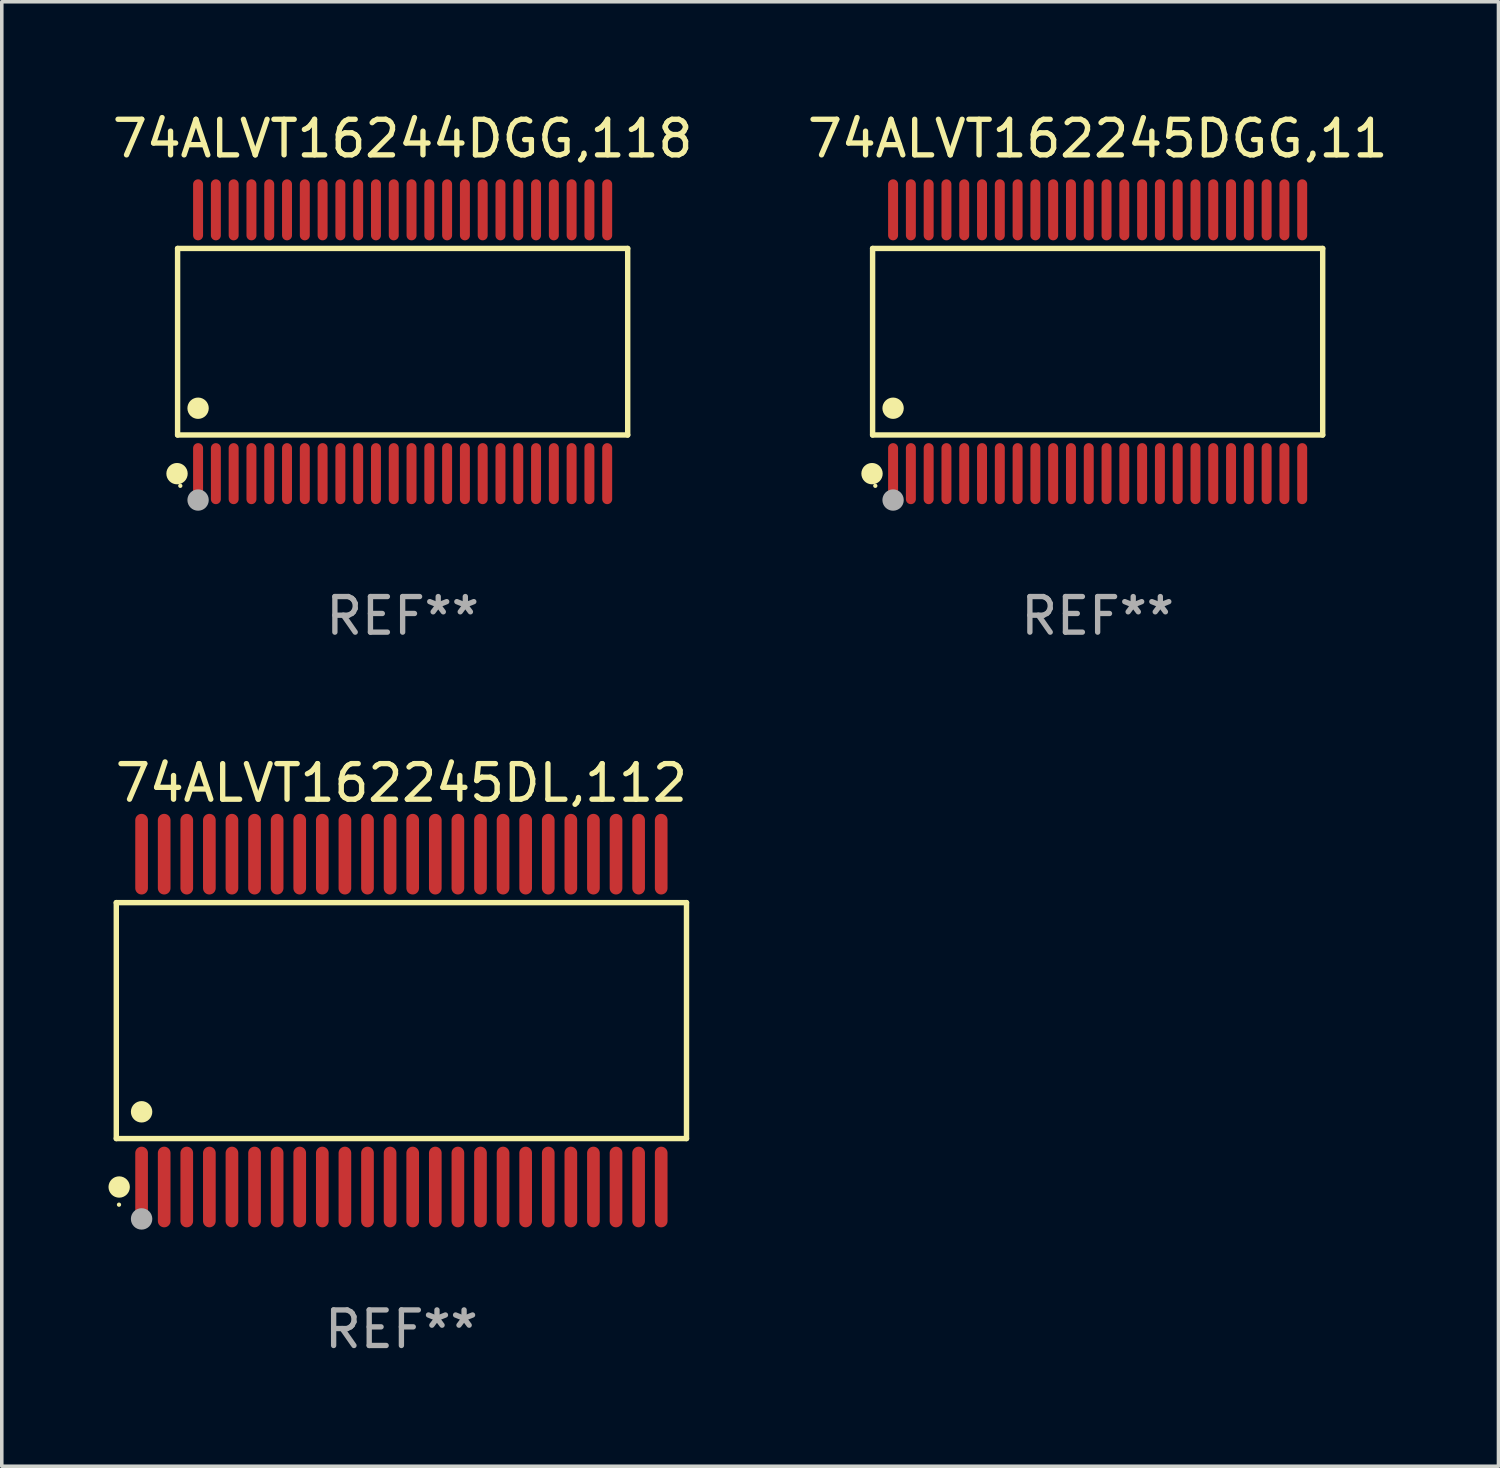
<source format=kicad_pcb>
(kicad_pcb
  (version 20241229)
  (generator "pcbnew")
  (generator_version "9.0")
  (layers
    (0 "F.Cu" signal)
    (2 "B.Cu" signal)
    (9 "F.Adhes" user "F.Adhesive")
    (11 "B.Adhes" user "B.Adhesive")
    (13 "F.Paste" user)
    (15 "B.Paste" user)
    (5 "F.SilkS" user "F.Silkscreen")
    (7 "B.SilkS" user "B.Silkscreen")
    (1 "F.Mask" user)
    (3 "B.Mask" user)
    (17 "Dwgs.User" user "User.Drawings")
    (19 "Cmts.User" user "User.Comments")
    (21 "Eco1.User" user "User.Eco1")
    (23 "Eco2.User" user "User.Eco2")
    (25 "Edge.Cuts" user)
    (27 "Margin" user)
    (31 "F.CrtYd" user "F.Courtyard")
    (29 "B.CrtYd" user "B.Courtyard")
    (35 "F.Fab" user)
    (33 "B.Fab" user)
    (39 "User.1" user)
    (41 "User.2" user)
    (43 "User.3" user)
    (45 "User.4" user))
  (footprint "74ALVT162245DGG,11"
    (layer "F.Cu")
    (at 27.804 6.556)
    (property "Reference" "74ALVT162245DGG,11" (at 0 -5.708 0) (layer "F.SilkS") (effects (font (size 1 1) (thickness 0.15))))
    (attr through_hole)
    (fp_line (start -6.326 -2.622) (end 6.326 -2.622) (stroke (width 0.152) (type solid)) (layer "F.SilkS"))
    (fp_line (start -6.326 2.621) (end -6.326 -2.622) (stroke (width 0.152) (type solid)) (layer "F.SilkS"))
    (fp_line (start 6.326 -2.622) (end 6.326 2.621) (stroke (width 0.152) (type solid)) (layer "F.SilkS"))
    (fp_line (start 6.326 2.621) (end -6.326 2.621) (stroke (width 0.152) (type solid)) (layer "F.SilkS"))
    (fp_circle (center -6.342 3.708) (end -6.192 3.708) (stroke (width 0.3) (type solid)) (fill no) (layer "F.SilkS"))
    (fp_circle (center -6.25 4.05) (end -6.22 4.05) (stroke (width 0.06) (type solid)) (fill no) (layer "F.SilkS"))
    (fp_circle (center -5.75 1.869) (end -5.6 1.869) (stroke (width 0.3) (type solid)) (fill no) (layer "F.SilkS"))
    (fp_circle (center -5.75 4.45) (end -5.6 4.45) (stroke (width 0.3) (type solid)) (fill no) (layer "F.Fab"))
    (fp_text user "REF**" (at 0 7.708 0) (layer "F.Fab") (effects (font (size 1 1) (thickness 0.15))))
    (pad "1" smd oval (at -5.75 3.708) (size 0.28 1.715) (layers "F.Cu" "F.Mask" "F.Paste"))
    (pad "2" smd oval (at -5.25 3.708) (size 0.28 1.715) (layers "F.Cu" "F.Mask" "F.Paste"))
    (pad "3" smd oval (at -4.75 3.708) (size 0.28 1.715) (layers "F.Cu" "F.Mask" "F.Paste"))
    (pad "4" smd oval (at -4.25 3.708) (size 0.28 1.715) (layers "F.Cu" "F.Mask" "F.Paste"))
    (pad "5" smd oval (at -3.75 3.708) (size 0.28 1.715) (layers "F.Cu" "F.Mask" "F.Paste"))
    (pad "6" smd oval (at -3.25 3.708) (size 0.28 1.715) (layers "F.Cu" "F.Mask" "F.Paste"))
    (pad "7" smd oval (at -2.75 3.708) (size 0.28 1.715) (layers "F.Cu" "F.Mask" "F.Paste"))
    (pad "8" smd oval (at -2.25 3.708) (size 0.28 1.715) (layers "F.Cu" "F.Mask" "F.Paste"))
    (pad "9" smd oval (at -1.75 3.708) (size 0.28 1.715) (layers "F.Cu" "F.Mask" "F.Paste"))
    (pad "10" smd oval (at -1.25 3.708) (size 0.28 1.715) (layers "F.Cu" "F.Mask" "F.Paste"))
    (pad "11" smd oval (at -0.75 3.708) (size 0.28 1.715) (layers "F.Cu" "F.Mask" "F.Paste"))
    (pad "12" smd oval (at -0.25 3.708) (size 0.28 1.715) (layers "F.Cu" "F.Mask" "F.Paste"))
    (pad "13" smd oval (at 0.25 3.708) (size 0.28 1.715) (layers "F.Cu" "F.Mask" "F.Paste"))
    (pad "14" smd oval (at 0.75 3.708) (size 0.28 1.715) (layers "F.Cu" "F.Mask" "F.Paste"))
    (pad "15" smd oval (at 1.25 3.708) (size 0.28 1.715) (layers "F.Cu" "F.Mask" "F.Paste"))
    (pad "16" smd oval (at 1.75 3.708) (size 0.28 1.715) (layers "F.Cu" "F.Mask" "F.Paste"))
    (pad "17" smd oval (at 2.25 3.708) (size 0.28 1.715) (layers "F.Cu" "F.Mask" "F.Paste"))
    (pad "18" smd oval (at 2.75 3.708) (size 0.28 1.715) (layers "F.Cu" "F.Mask" "F.Paste"))
    (pad "19" smd oval (at 3.25 3.708) (size 0.28 1.715) (layers "F.Cu" "F.Mask" "F.Paste"))
    (pad "20" smd oval (at 3.75 3.708) (size 0.28 1.715) (layers "F.Cu" "F.Mask" "F.Paste"))
    (pad "21" smd oval (at 4.25 3.708) (size 0.28 1.715) (layers "F.Cu" "F.Mask" "F.Paste"))
    (pad "22" smd oval (at 4.75 3.708) (size 0.28 1.715) (layers "F.Cu" "F.Mask" "F.Paste"))
    (pad "23" smd oval (at 5.25 3.708) (size 0.28 1.715) (layers "F.Cu" "F.Mask" "F.Paste"))
    (pad "24" smd oval (at 5.75 3.708) (size 0.28 1.715) (layers "F.Cu" "F.Mask" "F.Paste"))
    (pad "25" smd oval (at 5.75 -3.708) (size 0.28 1.715) (layers "F.Cu" "F.Mask" "F.Paste"))
    (pad "26" smd oval (at 5.25 -3.708) (size 0.28 1.715) (layers "F.Cu" "F.Mask" "F.Paste"))
    (pad "27" smd oval (at 4.75 -3.708) (size 0.28 1.715) (layers "F.Cu" "F.Mask" "F.Paste"))
    (pad "28" smd oval (at 4.25 -3.708) (size 0.28 1.715) (layers "F.Cu" "F.Mask" "F.Paste"))
    (pad "29" smd oval (at 3.75 -3.708) (size 0.28 1.715) (layers "F.Cu" "F.Mask" "F.Paste"))
    (pad "30" smd oval (at 3.25 -3.708) (size 0.28 1.715) (layers "F.Cu" "F.Mask" "F.Paste"))
    (pad "31" smd oval (at 2.75 -3.708) (size 0.28 1.715) (layers "F.Cu" "F.Mask" "F.Paste"))
    (pad "32" smd oval (at 2.25 -3.708) (size 0.28 1.715) (layers "F.Cu" "F.Mask" "F.Paste"))
    (pad "33" smd oval (at 1.75 -3.708) (size 0.28 1.715) (layers "F.Cu" "F.Mask" "F.Paste"))
    (pad "34" smd oval (at 1.25 -3.708) (size 0.28 1.715) (layers "F.Cu" "F.Mask" "F.Paste"))
    (pad "35" smd oval (at 0.75 -3.708) (size 0.28 1.715) (layers "F.Cu" "F.Mask" "F.Paste"))
    (pad "36" smd oval (at 0.25 -3.708) (size 0.28 1.715) (layers "F.Cu" "F.Mask" "F.Paste"))
    (pad "37" smd oval (at -0.25 -3.708) (size 0.28 1.715) (layers "F.Cu" "F.Mask" "F.Paste"))
    (pad "38" smd oval (at -0.75 -3.708) (size 0.28 1.715) (layers "F.Cu" "F.Mask" "F.Paste"))
    (pad "39" smd oval (at -1.25 -3.708) (size 0.28 1.715) (layers "F.Cu" "F.Mask" "F.Paste"))
    (pad "40" smd oval (at -1.75 -3.708) (size 0.28 1.715) (layers "F.Cu" "F.Mask" "F.Paste"))
    (pad "41" smd oval (at -2.25 -3.708) (size 0.28 1.715) (layers "F.Cu" "F.Mask" "F.Paste"))
    (pad "42" smd oval (at -2.75 -3.708) (size 0.28 1.715) (layers "F.Cu" "F.Mask" "F.Paste"))
    (pad "43" smd oval (at -3.25 -3.708) (size 0.28 1.715) (layers "F.Cu" "F.Mask" "F.Paste"))
    (pad "44" smd oval (at -3.75 -3.708) (size 0.28 1.715) (layers "F.Cu" "F.Mask" "F.Paste"))
    (pad "45" smd oval (at -4.25 -3.708) (size 0.28 1.715) (layers "F.Cu" "F.Mask" "F.Paste"))
    (pad "46" smd oval (at -4.75 -3.708) (size 0.28 1.715) (layers "F.Cu" "F.Mask" "F.Paste"))
    (pad "47" smd oval (at -5.25 -3.708) (size 0.28 1.715) (layers "F.Cu" "F.Mask" "F.Paste"))
    (pad "48" smd oval (at -5.75 -3.708) (size 0.28 1.715) (layers "F.Cu" "F.Mask" "F.Paste")))
  (footprint "74ALVT162245DL,112"
    (layer "F.Cu")
    (at 8.233 25.638)
    (property "Reference" "74ALVT162245DL,112" (at 0 -6.678 0) (layer "F.SilkS") (effects (font (size 1 1) (thickness 0.15))))
    (attr through_hole)
    (fp_line (start -8.014 -3.316) (end 8.014 -3.316) (stroke (width 0.152) (type solid)) (layer "F.SilkS"))
    (fp_line (start -8.014 3.316) (end -8.014 -3.316) (stroke (width 0.152) (type solid)) (layer "F.SilkS"))
    (fp_line (start 8.014 -3.316) (end 8.014 3.316) (stroke (width 0.152) (type solid)) (layer "F.SilkS"))
    (fp_line (start 8.014 3.316) (end -8.014 3.316) (stroke (width 0.152) (type solid)) (layer "F.SilkS"))
    (fp_circle (center -7.938 5.175) (end -7.908 5.175) (stroke (width 0.06) (type solid)) (fill no) (layer "F.SilkS"))
    (fp_circle (center -7.933 4.678) (end -7.783 4.678) (stroke (width 0.3) (type solid)) (fill no) (layer "F.SilkS"))
    (fp_circle (center -7.303 2.564) (end -7.152 2.564) (stroke (width 0.3) (type solid)) (fill no) (layer "F.SilkS"))
    (fp_circle (center -7.303 5.575) (end -7.152 5.575) (stroke (width 0.3) (type solid)) (fill no) (layer "F.Fab"))
    (fp_text user "REF**" (at 0 8.678 0) (layer "F.Fab") (effects (font (size 1 1) (thickness 0.15))))
    (pad "1" smd oval (at -7.303 4.678) (size 0.356 2.267) (layers "F.Cu" "F.Mask" "F.Paste"))
    (pad "2" smd oval (at -6.668 4.678) (size 0.356 2.267) (layers "F.Cu" "F.Mask" "F.Paste"))
    (pad "3" smd oval (at -6.033 4.678) (size 0.356 2.267) (layers "F.Cu" "F.Mask" "F.Paste"))
    (pad "4" smd oval (at -5.398 4.678) (size 0.356 2.267) (layers "F.Cu" "F.Mask" "F.Paste"))
    (pad "5" smd oval (at -4.763 4.678) (size 0.356 2.267) (layers "F.Cu" "F.Mask" "F.Paste"))
    (pad "6" smd oval (at -4.128 4.678) (size 0.356 2.267) (layers "F.Cu" "F.Mask" "F.Paste"))
    (pad "7" smd oval (at -3.493 4.678) (size 0.356 2.267) (layers "F.Cu" "F.Mask" "F.Paste"))
    (pad "8" smd oval (at -2.858 4.678) (size 0.356 2.267) (layers "F.Cu" "F.Mask" "F.Paste"))
    (pad "9" smd oval (at -2.223 4.678) (size 0.356 2.267) (layers "F.Cu" "F.Mask" "F.Paste"))
    (pad "10" smd oval (at -1.588 4.678) (size 0.356 2.267) (layers "F.Cu" "F.Mask" "F.Paste"))
    (pad "11" smd oval (at -0.953 4.678) (size 0.356 2.267) (layers "F.Cu" "F.Mask" "F.Paste"))
    (pad "12" smd oval (at -0.318 4.678) (size 0.356 2.267) (layers "F.Cu" "F.Mask" "F.Paste"))
    (pad "13" smd oval (at 0.318 4.678) (size 0.356 2.267) (layers "F.Cu" "F.Mask" "F.Paste"))
    (pad "14" smd oval (at 0.953 4.678) (size 0.356 2.267) (layers "F.Cu" "F.Mask" "F.Paste"))
    (pad "15" smd oval (at 1.588 4.678) (size 0.356 2.267) (layers "F.Cu" "F.Mask" "F.Paste"))
    (pad "16" smd oval (at 2.223 4.678) (size 0.356 2.267) (layers "F.Cu" "F.Mask" "F.Paste"))
    (pad "17" smd oval (at 2.858 4.678) (size 0.356 2.267) (layers "F.Cu" "F.Mask" "F.Paste"))
    (pad "18" smd oval (at 3.493 4.678) (size 0.356 2.267) (layers "F.Cu" "F.Mask" "F.Paste"))
    (pad "19" smd oval (at 4.128 4.678) (size 0.356 2.267) (layers "F.Cu" "F.Mask" "F.Paste"))
    (pad "20" smd oval (at 4.763 4.678) (size 0.356 2.267) (layers "F.Cu" "F.Mask" "F.Paste"))
    (pad "21" smd oval (at 5.398 4.678) (size 0.356 2.267) (layers "F.Cu" "F.Mask" "F.Paste"))
    (pad "22" smd oval (at 6.033 4.678) (size 0.356 2.267) (layers "F.Cu" "F.Mask" "F.Paste"))
    (pad "23" smd oval (at 6.668 4.678) (size 0.356 2.267) (layers "F.Cu" "F.Mask" "F.Paste"))
    (pad "24" smd oval (at 7.303 4.678) (size 0.356 2.267) (layers "F.Cu" "F.Mask" "F.Paste"))
    (pad "25" smd oval (at 7.303 -4.678) (size 0.356 2.267) (layers "F.Cu" "F.Mask" "F.Paste"))
    (pad "26" smd oval (at 6.668 -4.678) (size 0.356 2.267) (layers "F.Cu" "F.Mask" "F.Paste"))
    (pad "27" smd oval (at 6.033 -4.678) (size 0.356 2.267) (layers "F.Cu" "F.Mask" "F.Paste"))
    (pad "28" smd oval (at 5.398 -4.678) (size 0.356 2.267) (layers "F.Cu" "F.Mask" "F.Paste"))
    (pad "29" smd oval (at 4.763 -4.678) (size 0.356 2.267) (layers "F.Cu" "F.Mask" "F.Paste"))
    (pad "30" smd oval (at 4.128 -4.678) (size 0.356 2.267) (layers "F.Cu" "F.Mask" "F.Paste"))
    (pad "31" smd oval (at 3.493 -4.678) (size 0.356 2.267) (layers "F.Cu" "F.Mask" "F.Paste"))
    (pad "32" smd oval (at 2.858 -4.678) (size 0.356 2.267) (layers "F.Cu" "F.Mask" "F.Paste"))
    (pad "33" smd oval (at 2.223 -4.678) (size 0.356 2.267) (layers "F.Cu" "F.Mask" "F.Paste"))
    (pad "34" smd oval (at 1.588 -4.678) (size 0.356 2.267) (layers "F.Cu" "F.Mask" "F.Paste"))
    (pad "35" smd oval (at 0.953 -4.678) (size 0.356 2.267) (layers "F.Cu" "F.Mask" "F.Paste"))
    (pad "36" smd oval (at 0.318 -4.678) (size 0.356 2.267) (layers "F.Cu" "F.Mask" "F.Paste"))
    (pad "37" smd oval (at -0.318 -4.678) (size 0.356 2.267) (layers "F.Cu" "F.Mask" "F.Paste"))
    (pad "38" smd oval (at -0.953 -4.678) (size 0.356 2.267) (layers "F.Cu" "F.Mask" "F.Paste"))
    (pad "39" smd oval (at -1.588 -4.678) (size 0.356 2.267) (layers "F.Cu" "F.Mask" "F.Paste"))
    (pad "40" smd oval (at -2.223 -4.678) (size 0.356 2.267) (layers "F.Cu" "F.Mask" "F.Paste"))
    (pad "41" smd oval (at -2.858 -4.678) (size 0.356 2.267) (layers "F.Cu" "F.Mask" "F.Paste"))
    (pad "42" smd oval (at -3.493 -4.678) (size 0.356 2.267) (layers "F.Cu" "F.Mask" "F.Paste"))
    (pad "43" smd oval (at -4.128 -4.678) (size 0.356 2.267) (layers "F.Cu" "F.Mask" "F.Paste"))
    (pad "44" smd oval (at -4.763 -4.678) (size 0.356 2.267) (layers "F.Cu" "F.Mask" "F.Paste"))
    (pad "45" smd oval (at -5.398 -4.678) (size 0.356 2.267) (layers "F.Cu" "F.Mask" "F.Paste"))
    (pad "46" smd oval (at -6.033 -4.678) (size 0.356 2.267) (layers "F.Cu" "F.Mask" "F.Paste"))
    (pad "47" smd oval (at -6.668 -4.678) (size 0.356 2.267) (layers "F.Cu" "F.Mask" "F.Paste"))
    (pad "48" smd oval (at -7.303 -4.678) (size 0.356 2.267) (layers "F.Cu" "F.Mask" "F.Paste")))
  (footprint "74ALVT16244DGG,118"
    (layer "F.Cu")
    (at 8.268 6.556)
    (property "Reference" "74ALVT16244DGG,118" (at 0 -5.708 0) (layer "F.SilkS") (effects (font (size 1 1) (thickness 0.15))))
    (attr through_hole)
    (fp_line (start -6.326 -2.622) (end 6.326 -2.622) (stroke (width 0.152) (type solid)) (layer "F.SilkS"))
    (fp_line (start -6.326 2.621) (end -6.326 -2.622) (stroke (width 0.152) (type solid)) (layer "F.SilkS"))
    (fp_line (start 6.326 -2.622) (end 6.326 2.621) (stroke (width 0.152) (type solid)) (layer "F.SilkS"))
    (fp_line (start 6.326 2.621) (end -6.326 2.621) (stroke (width 0.152) (type solid)) (layer "F.SilkS"))
    (fp_circle (center -6.342 3.708) (end -6.192 3.708) (stroke (width 0.3) (type solid)) (fill no) (layer "F.SilkS"))
    (fp_circle (center -6.25 4.05) (end -6.22 4.05) (stroke (width 0.06) (type solid)) (fill no) (layer "F.SilkS"))
    (fp_circle (center -5.75 1.869) (end -5.6 1.869) (stroke (width 0.3) (type solid)) (fill no) (layer "F.SilkS"))
    (fp_circle (center -5.75 4.45) (end -5.6 4.45) (stroke (width 0.3) (type solid)) (fill no) (layer "F.Fab"))
    (fp_text user "REF**" (at 0 7.708 0) (layer "F.Fab") (effects (font (size 1 1) (thickness 0.15))))
    (pad "1" smd oval (at -5.75 3.708) (size 0.28 1.715) (layers "F.Cu" "F.Mask" "F.Paste"))
    (pad "2" smd oval (at -5.25 3.708) (size 0.28 1.715) (layers "F.Cu" "F.Mask" "F.Paste"))
    (pad "3" smd oval (at -4.75 3.708) (size 0.28 1.715) (layers "F.Cu" "F.Mask" "F.Paste"))
    (pad "4" smd oval (at -4.25 3.708) (size 0.28 1.715) (layers "F.Cu" "F.Mask" "F.Paste"))
    (pad "5" smd oval (at -3.75 3.708) (size 0.28 1.715) (layers "F.Cu" "F.Mask" "F.Paste"))
    (pad "6" smd oval (at -3.25 3.708) (size 0.28 1.715) (layers "F.Cu" "F.Mask" "F.Paste"))
    (pad "7" smd oval (at -2.75 3.708) (size 0.28 1.715) (layers "F.Cu" "F.Mask" "F.Paste"))
    (pad "8" smd oval (at -2.25 3.708) (size 0.28 1.715) (layers "F.Cu" "F.Mask" "F.Paste"))
    (pad "9" smd oval (at -1.75 3.708) (size 0.28 1.715) (layers "F.Cu" "F.Mask" "F.Paste"))
    (pad "10" smd oval (at -1.25 3.708) (size 0.28 1.715) (layers "F.Cu" "F.Mask" "F.Paste"))
    (pad "11" smd oval (at -0.75 3.708) (size 0.28 1.715) (layers "F.Cu" "F.Mask" "F.Paste"))
    (pad "12" smd oval (at -0.25 3.708) (size 0.28 1.715) (layers "F.Cu" "F.Mask" "F.Paste"))
    (pad "13" smd oval (at 0.25 3.708) (size 0.28 1.715) (layers "F.Cu" "F.Mask" "F.Paste"))
    (pad "14" smd oval (at 0.75 3.708) (size 0.28 1.715) (layers "F.Cu" "F.Mask" "F.Paste"))
    (pad "15" smd oval (at 1.25 3.708) (size 0.28 1.715) (layers "F.Cu" "F.Mask" "F.Paste"))
    (pad "16" smd oval (at 1.75 3.708) (size 0.28 1.715) (layers "F.Cu" "F.Mask" "F.Paste"))
    (pad "17" smd oval (at 2.25 3.708) (size 0.28 1.715) (layers "F.Cu" "F.Mask" "F.Paste"))
    (pad "18" smd oval (at 2.75 3.708) (size 0.28 1.715) (layers "F.Cu" "F.Mask" "F.Paste"))
    (pad "19" smd oval (at 3.25 3.708) (size 0.28 1.715) (layers "F.Cu" "F.Mask" "F.Paste"))
    (pad "20" smd oval (at 3.75 3.708) (size 0.28 1.715) (layers "F.Cu" "F.Mask" "F.Paste"))
    (pad "21" smd oval (at 4.25 3.708) (size 0.28 1.715) (layers "F.Cu" "F.Mask" "F.Paste"))
    (pad "22" smd oval (at 4.75 3.708) (size 0.28 1.715) (layers "F.Cu" "F.Mask" "F.Paste"))
    (pad "23" smd oval (at 5.25 3.708) (size 0.28 1.715) (layers "F.Cu" "F.Mask" "F.Paste"))
    (pad "24" smd oval (at 5.75 3.708) (size 0.28 1.715) (layers "F.Cu" "F.Mask" "F.Paste"))
    (pad "25" smd oval (at 5.75 -3.708) (size 0.28 1.715) (layers "F.Cu" "F.Mask" "F.Paste"))
    (pad "26" smd oval (at 5.25 -3.708) (size 0.28 1.715) (layers "F.Cu" "F.Mask" "F.Paste"))
    (pad "27" smd oval (at 4.75 -3.708) (size 0.28 1.715) (layers "F.Cu" "F.Mask" "F.Paste"))
    (pad "28" smd oval (at 4.25 -3.708) (size 0.28 1.715) (layers "F.Cu" "F.Mask" "F.Paste"))
    (pad "29" smd oval (at 3.75 -3.708) (size 0.28 1.715) (layers "F.Cu" "F.Mask" "F.Paste"))
    (pad "30" smd oval (at 3.25 -3.708) (size 0.28 1.715) (layers "F.Cu" "F.Mask" "F.Paste"))
    (pad "31" smd oval (at 2.75 -3.708) (size 0.28 1.715) (layers "F.Cu" "F.Mask" "F.Paste"))
    (pad "32" smd oval (at 2.25 -3.708) (size 0.28 1.715) (layers "F.Cu" "F.Mask" "F.Paste"))
    (pad "33" smd oval (at 1.75 -3.708) (size 0.28 1.715) (layers "F.Cu" "F.Mask" "F.Paste"))
    (pad "34" smd oval (at 1.25 -3.708) (size 0.28 1.715) (layers "F.Cu" "F.Mask" "F.Paste"))
    (pad "35" smd oval (at 0.75 -3.708) (size 0.28 1.715) (layers "F.Cu" "F.Mask" "F.Paste"))
    (pad "36" smd oval (at 0.25 -3.708) (size 0.28 1.715) (layers "F.Cu" "F.Mask" "F.Paste"))
    (pad "37" smd oval (at -0.25 -3.708) (size 0.28 1.715) (layers "F.Cu" "F.Mask" "F.Paste"))
    (pad "38" smd oval (at -0.75 -3.708) (size 0.28 1.715) (layers "F.Cu" "F.Mask" "F.Paste"))
    (pad "39" smd oval (at -1.25 -3.708) (size 0.28 1.715) (layers "F.Cu" "F.Mask" "F.Paste"))
    (pad "40" smd oval (at -1.75 -3.708) (size 0.28 1.715) (layers "F.Cu" "F.Mask" "F.Paste"))
    (pad "41" smd oval (at -2.25 -3.708) (size 0.28 1.715) (layers "F.Cu" "F.Mask" "F.Paste"))
    (pad "42" smd oval (at -2.75 -3.708) (size 0.28 1.715) (layers "F.Cu" "F.Mask" "F.Paste"))
    (pad "43" smd oval (at -3.25 -3.708) (size 0.28 1.715) (layers "F.Cu" "F.Mask" "F.Paste"))
    (pad "44" smd oval (at -3.75 -3.708) (size 0.28 1.715) (layers "F.Cu" "F.Mask" "F.Paste"))
    (pad "45" smd oval (at -4.25 -3.708) (size 0.28 1.715) (layers "F.Cu" "F.Mask" "F.Paste"))
    (pad "46" smd oval (at -4.75 -3.708) (size 0.28 1.715) (layers "F.Cu" "F.Mask" "F.Paste"))
    (pad "47" smd oval (at -5.25 -3.708) (size 0.28 1.715) (layers "F.Cu" "F.Mask" "F.Paste"))
    (pad "48" smd oval (at -5.75 -3.708) (size 0.28 1.715) (layers "F.Cu" "F.Mask" "F.Paste")))
  (gr_rect
    (start -3 -3)
    (end 39.071 38.165)
    (stroke (width 0.1) (type default))
    (fill no)
    (layer "Edge.Cuts")))
</source>
